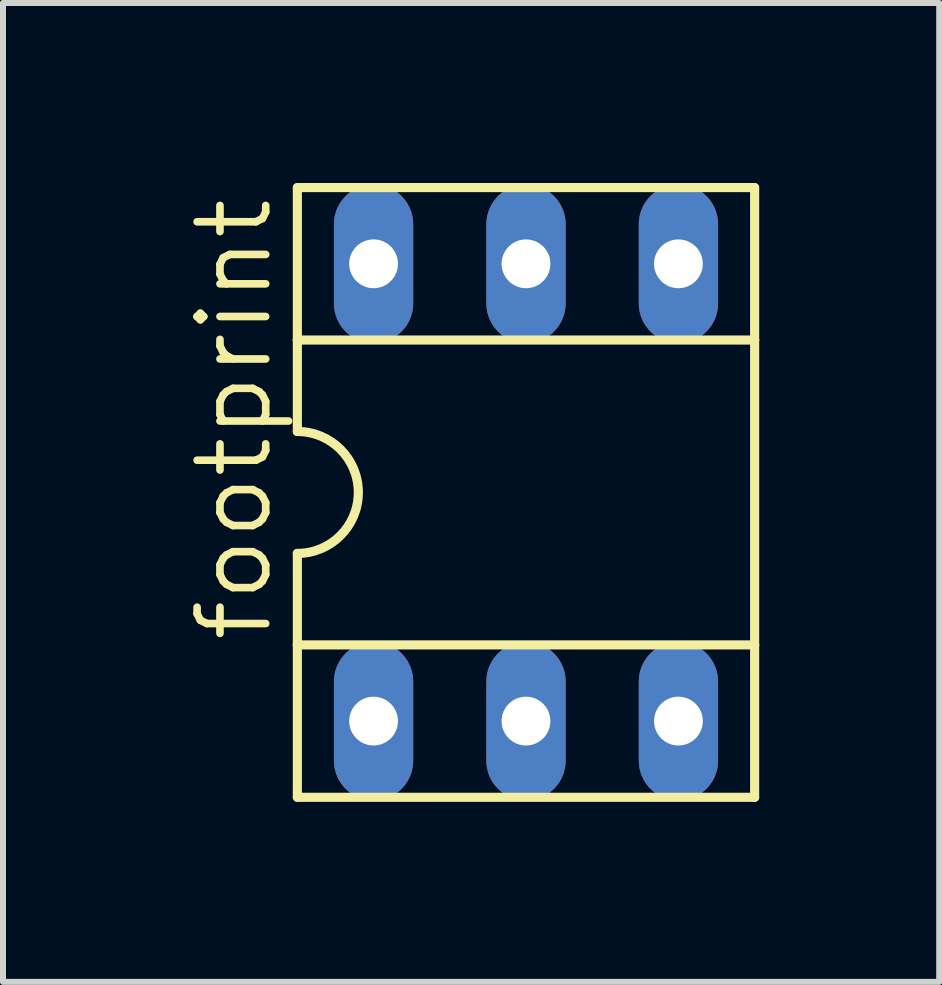
<source format=kicad_pcb>
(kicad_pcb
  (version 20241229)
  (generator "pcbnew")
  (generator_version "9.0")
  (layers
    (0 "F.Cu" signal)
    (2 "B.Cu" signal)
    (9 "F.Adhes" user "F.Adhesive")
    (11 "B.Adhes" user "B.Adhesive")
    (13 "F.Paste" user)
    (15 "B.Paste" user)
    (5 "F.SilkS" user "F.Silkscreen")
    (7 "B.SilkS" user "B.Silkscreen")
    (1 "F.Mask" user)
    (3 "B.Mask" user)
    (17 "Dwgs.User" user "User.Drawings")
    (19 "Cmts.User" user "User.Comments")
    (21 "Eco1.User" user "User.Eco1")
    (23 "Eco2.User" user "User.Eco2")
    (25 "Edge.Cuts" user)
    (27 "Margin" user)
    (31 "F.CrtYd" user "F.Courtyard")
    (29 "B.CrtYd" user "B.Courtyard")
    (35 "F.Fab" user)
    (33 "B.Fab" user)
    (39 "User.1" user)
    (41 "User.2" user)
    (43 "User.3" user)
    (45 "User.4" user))
  (footprint "footprint"
    (layer "F.Cu")
    (at 5.715 5.156)
    (property "Reference" "footprint" (at -4.191 2.54 90) (layer "F.SilkS") (effects (font (size 1.143 1.143) (thickness 0.127)) (justify left bottom)))
    (fp_line (start -3.81 -5.08) (end -3.81 -2.54) (stroke (width 0.152) (type solid)) (layer "F.SilkS"))
    (fp_line (start -3.81 -2.54) (end -3.81 -1.016) (stroke (width 0.152) (type solid)) (layer "F.SilkS"))
    (fp_line (start -3.81 -2.54) (end 3.81 -2.54) (stroke (width 0.152) (type solid)) (layer "F.SilkS"))
    (fp_line (start -3.81 2.54) (end -3.81 1.016) (stroke (width 0.152) (type solid)) (layer "F.SilkS"))
    (fp_line (start -3.81 2.54) (end 3.81 2.54) (stroke (width 0.152) (type solid)) (layer "F.SilkS"))
    (fp_line (start -3.81 5.08) (end -3.81 2.54) (stroke (width 0.152) (type solid)) (layer "F.SilkS"))
    (fp_line (start -3.81 5.08) (end 3.81 5.08) (stroke (width 0.152) (type solid)) (layer "F.SilkS"))
    (fp_line (start 3.81 -5.08) (end -3.81 -5.08) (stroke (width 0.152) (type solid)) (layer "F.SilkS"))
    (fp_line (start 3.81 -5.08) (end 3.81 -2.54) (stroke (width 0.152) (type solid)) (layer "F.SilkS"))
    (fp_line (start 3.81 -2.54) (end 3.81 2.54) (stroke (width 0.152) (type solid)) (layer "F.SilkS"))
    (fp_line (start 3.81 2.54) (end 3.81 5.08) (stroke (width 0.152) (type solid)) (layer "F.SilkS"))
    (fp_arc (start -3.81 -1.016) (mid -2.794 0) (end -3.81 1.016) (stroke (width 0.1524) (type solid)) (layer "F.SilkS"))
    (pad "1" thru_hole oval (at -2.54 3.81 90) (size 2.642 1.321) (drill 0.813) (layers "*.Cu" "*.Mask"))
    (pad "2" thru_hole oval (at 0 3.81 90) (size 2.642 1.321) (drill 0.813) (layers "*.Cu" "*.Mask"))
    (pad "3" thru_hole oval (at 2.54 3.81 90) (size 2.642 1.321) (drill 0.813) (layers "*.Cu" "*.Mask"))
    (pad "4" thru_hole oval (at 2.54 -3.81 90) (size 2.642 1.321) (drill 0.813) (layers "*.Cu" "*.Mask"))
    (pad "5" thru_hole oval (at 0 -3.81 90) (size 2.642 1.321) (drill 0.813) (layers "*.Cu" "*.Mask"))
    (pad "6" thru_hole oval (at -2.54 -3.81 90) (size 2.642 1.321) (drill 0.813) (layers "*.Cu" "*.Mask")))
  (gr_rect
    (start -3 -3)
    (end 12.601 13.312)
    (stroke (width 0.1) (type default))
    (fill no)
    (layer "Edge.Cuts")))
</source>
